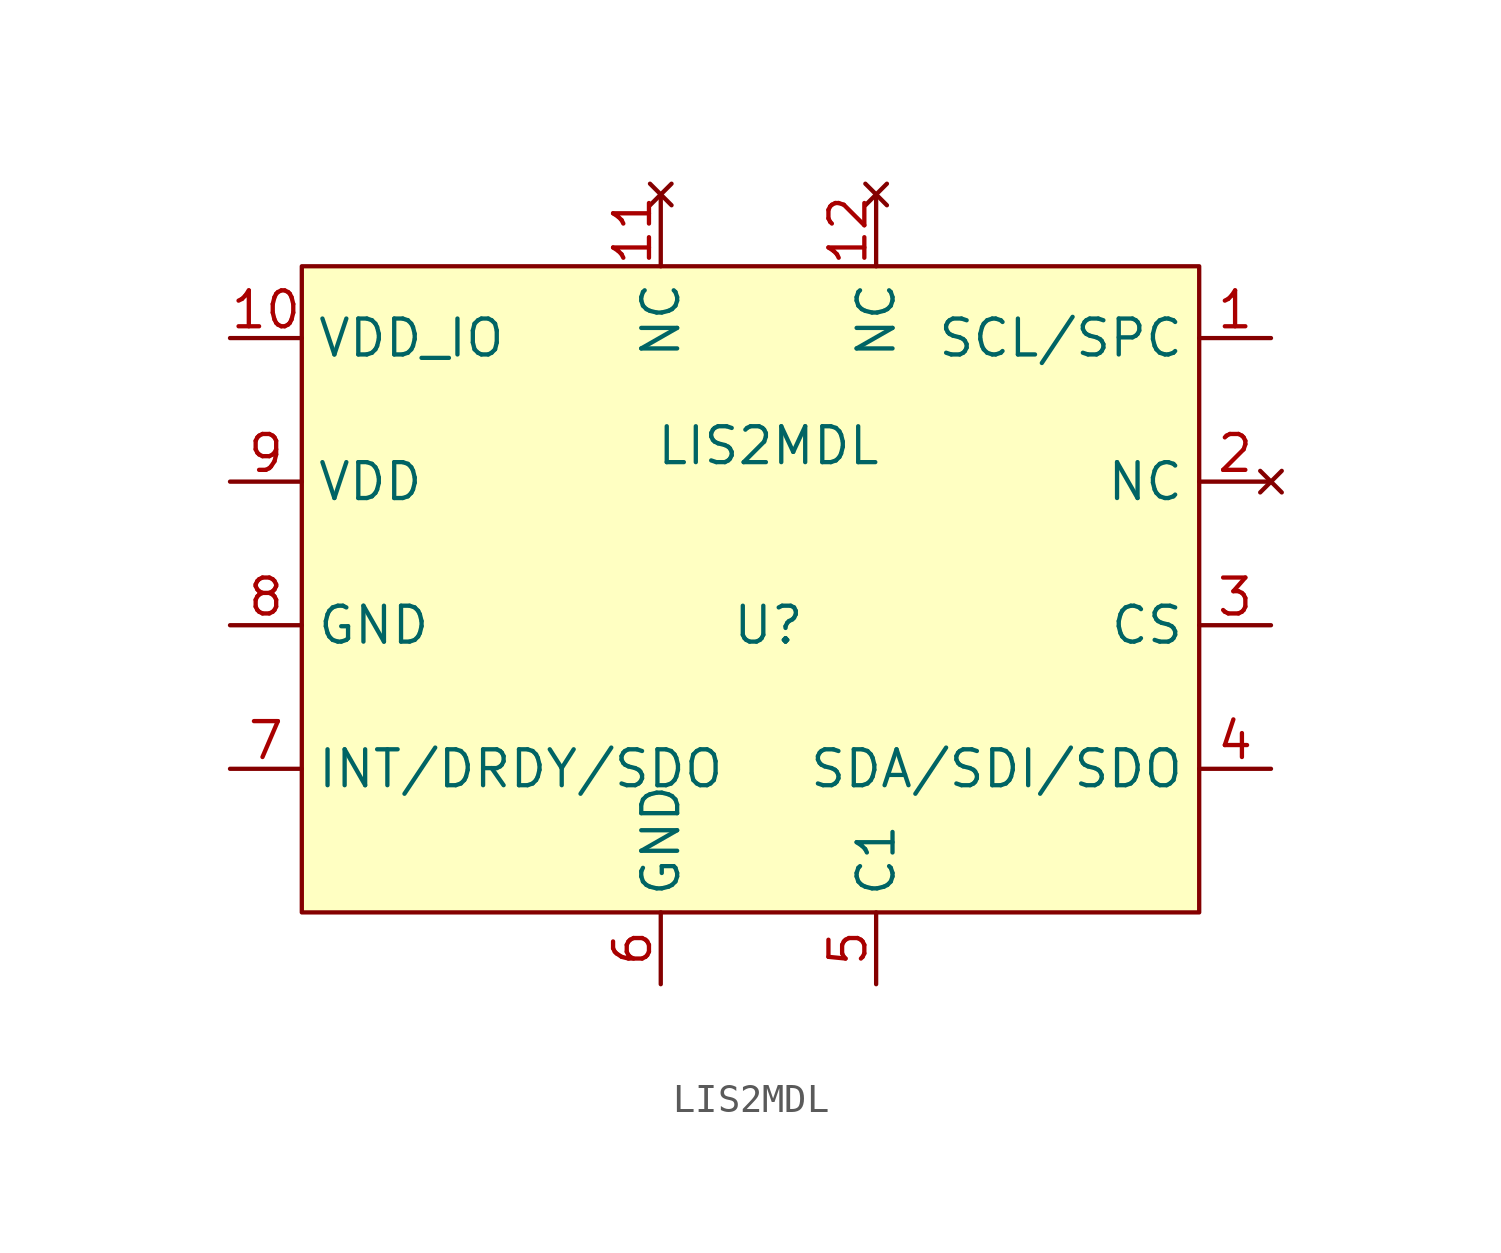
<source format=kicad_sym>
(kicad_symbol_lib
  (version 20211014)
  (generator kicad_symbol_editor)
  (symbol "LIS2MDL"
    (property "Reference" "U"
      (at 0 -2.54 0)
      (effects (font (size 1.27 1.27))))
    (property "Value" "LIS2MDL"
      (at 0 3.81 0)
      (effects (font (size 1.27 1.27))))
    (symbol "LIS2MDL_0_1"
      (rectangle (start -16.51 10.16) (end 15.24 -12.7) (stroke (width 0) (type default) (color 0 0 0 0)) (fill (type background))))
    (symbol "LIS2MDL_1_1"
      (pin input line (at 17.78 7.62 180) (length 2.54) (name "SCL/SPC" (effects (font (size 1.27 1.27)))) (number "1" (effects (font (size 1.27 1.27)))))
      (pin power_out line (at -19.05 7.62 0) (length 2.54) (name "VDD_IO" (effects (font (size 1.27 1.27)))) (number "10" (effects (font (size 1.27 1.27)))))
      (pin no_connect line (at -3.81 12.7 270) (length 2.54) (name "NC" (effects (font (size 1.27 1.27)))) (number "11" (effects (font (size 1.27 1.27)))))
      (pin no_connect line (at 3.81 12.7 270) (length 2.54) (name "NC" (effects (font (size 1.27 1.27)))) (number "12" (effects (font (size 1.27 1.27)))))
      (pin no_connect line (at 17.78 2.54 180) (length 2.54) (name "NC" (effects (font (size 1.27 1.27)))) (number "2" (effects (font (size 1.27 1.27)))))
      (pin input line (at 17.78 -2.54 180) (length 2.54) (name "CS" (effects (font (size 1.27 1.27)))) (number "3" (effects (font (size 1.27 1.27)))))
      (pin bidirectional line (at 17.78 -7.62 180) (length 2.54) (name "SDA/SDI/SDO" (effects (font (size 1.27 1.27)))) (number "4" (effects (font (size 1.27 1.27)))))
      (pin input line (at 3.81 -15.24 90) (length 2.54) (name "C1" (effects (font (size 1.27 1.27)))) (number "5" (effects (font (size 1.27 1.27)))))
      (pin power_in line (at -3.81 -15.24 90) (length 2.54) (name "GND" (effects (font (size 1.27 1.27)))) (number "6" (effects (font (size 1.27 1.27)))))
      (pin input line (at -19.05 -7.62 0) (length 2.54) (name "INT/DRDY/SDO" (effects (font (size 1.27 1.27)))) (number "7" (effects (font (size 1.27 1.27)))))
      (pin power_in line (at -19.05 -2.54 0) (length 2.54) (name "GND" (effects (font (size 1.27 1.27)))) (number "8" (effects (font (size 1.27 1.27)))))
      (pin power_out line (at -19.05 2.54 0) (length 2.54) (name "VDD" (effects (font (size 1.27 1.27)))) (number "9" (effects (font (size 1.27 1.27))))))))
</source>
